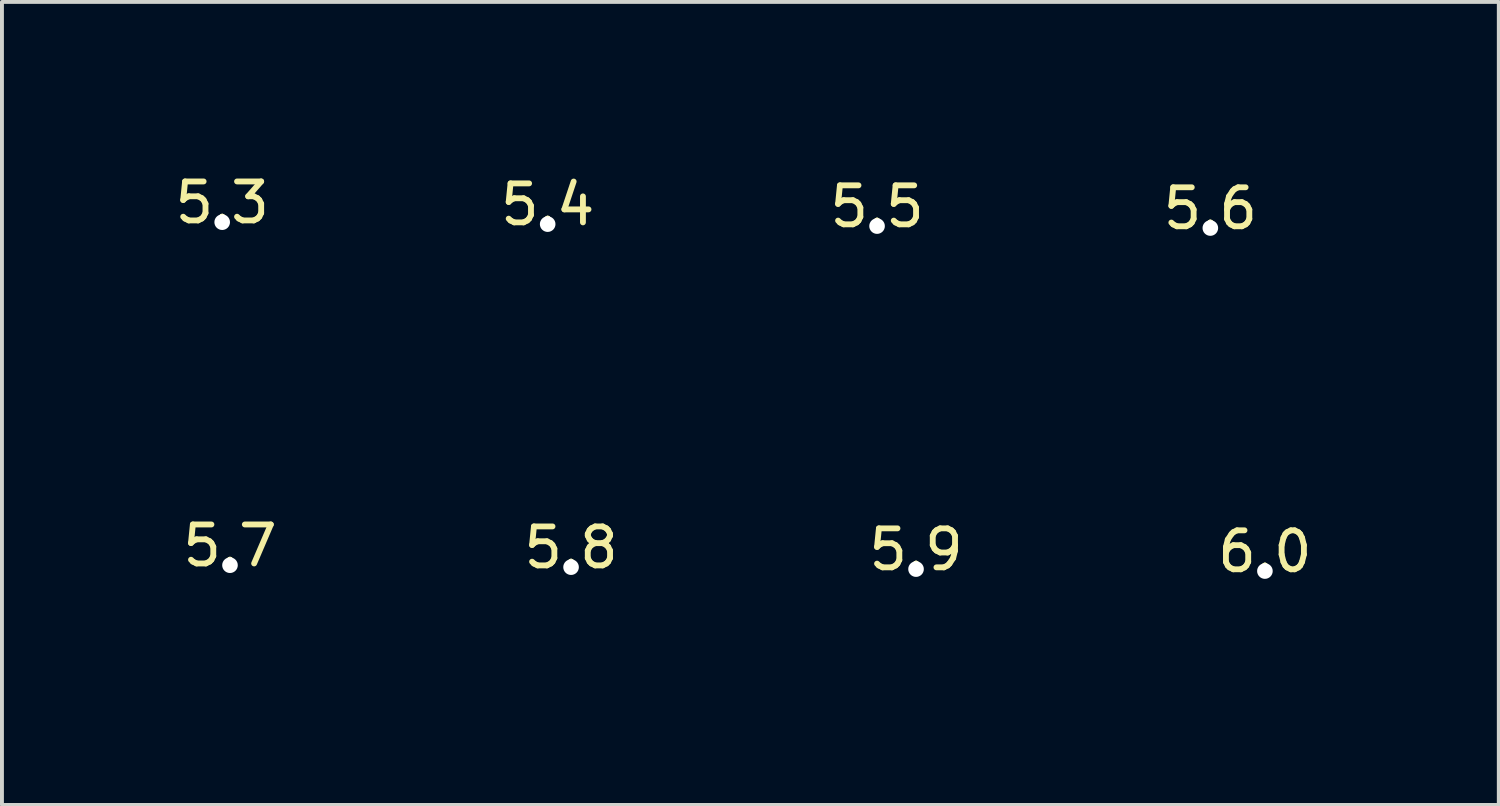
<source format=kicad_pcb>
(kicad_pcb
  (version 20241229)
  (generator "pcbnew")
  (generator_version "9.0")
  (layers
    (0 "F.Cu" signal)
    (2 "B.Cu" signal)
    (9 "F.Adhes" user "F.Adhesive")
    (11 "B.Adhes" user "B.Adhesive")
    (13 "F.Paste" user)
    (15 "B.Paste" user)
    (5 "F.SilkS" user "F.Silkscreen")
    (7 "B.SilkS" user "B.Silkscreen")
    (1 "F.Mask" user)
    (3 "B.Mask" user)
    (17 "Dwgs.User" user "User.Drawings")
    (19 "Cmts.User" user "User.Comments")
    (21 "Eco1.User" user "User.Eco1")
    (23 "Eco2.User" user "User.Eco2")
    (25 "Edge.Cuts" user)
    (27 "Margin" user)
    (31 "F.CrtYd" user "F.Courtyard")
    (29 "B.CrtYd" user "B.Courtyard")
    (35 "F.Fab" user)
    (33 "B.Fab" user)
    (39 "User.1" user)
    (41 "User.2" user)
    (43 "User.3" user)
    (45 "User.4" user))
  (footprint "5.4"
    (layer "F.Cu")
    (at 11 2.7)
    (property "Reference" "5.4" (at 0 -0.5 0) (unlocked yes) (layer "F.SilkS") (effects (font (size 1 1) (thickness 0.15))))
    (pad "" np_thru_hole circle (at 0 0) (size 0.4 0.4) (drill 5.4) (layers "*.Cu")))
  (footprint "5.8"
    (layer "F.Cu")
    (at 11.6 11.5)
    (property "Reference" "5.8" (at 0 -0.5 0) (unlocked yes) (layer "F.SilkS") (effects (font (size 1 1) (thickness 0.15))))
    (pad "" np_thru_hole circle (at 0 0) (size 0.4 0.4) (drill 5.8) (layers "*.Cu")))
  (footprint "5.9"
    (layer "F.Cu")
    (at 20.45 11.55)
    (property "Reference" "5.9" (at 0 -0.5 0) (unlocked yes) (layer "F.SilkS") (effects (font (size 1 1) (thickness 0.15))))
    (pad "" np_thru_hole circle (at 0 0) (size 0.4 0.4) (drill 5.9) (layers "*.Cu")))
  (footprint "5.7"
    (layer "F.Cu")
    (at 2.85 11.45)
    (property "Reference" "5.7" (at 0 -0.5 0) (unlocked yes) (layer "F.SilkS") (effects (font (size 1 1) (thickness 0.15))))
    (pad "" np_thru_hole circle (at 0 0) (size 0.4 0.4) (drill 5.7) (layers "*.Cu")))
  (footprint "5.5"
    (layer "F.Cu")
    (at 19.45 2.75)
    (property "Reference" "5.5" (at 0 -0.5 0) (unlocked yes) (layer "F.SilkS") (effects (font (size 1 1) (thickness 0.15))))
    (pad "" np_thru_hole circle (at 0 0) (size 0.4 0.4) (drill 5.5) (layers "*.Cu")))
  (footprint "5.6"
    (layer "F.Cu")
    (at 28 2.8)
    (property "Reference" "5.6" (at 0 -0.5 0) (unlocked yes) (layer "F.SilkS") (effects (font (size 1 1) (thickness 0.15))))
    (pad "" np_thru_hole circle (at 0 0) (size 0.4 0.4) (drill 5.6) (layers "*.Cu")))
  (footprint "5.3"
    (layer "F.Cu")
    (at 2.65 2.65)
    (property "Reference" "5.3" (at 0 -0.5 0) (unlocked yes) (layer "F.SilkS") (effects (font (size 1 1) (thickness 0.15))))
    (pad "" np_thru_hole circle (at 0 0) (size 0.4 0.4) (drill 5.3) (layers "*.Cu")))
  (footprint "6.0"
    (layer "F.Cu")
    (at 29.4 11.6)
    (property "Reference" "6.0" (at 0 -0.5 0) (unlocked yes) (layer "F.SilkS") (effects (font (size 1 1) (thickness 0.15))))
    (pad "" np_thru_hole circle (at 0 0) (size 0.4 0.4) (drill 6) (layers "*.Cu")))
  (gr_rect
    (start -3 -3)
    (end 35.4 17.6)
    (stroke (width 0.1) (type default))
    (fill no)
    (layer "Edge.Cuts")))
</source>
